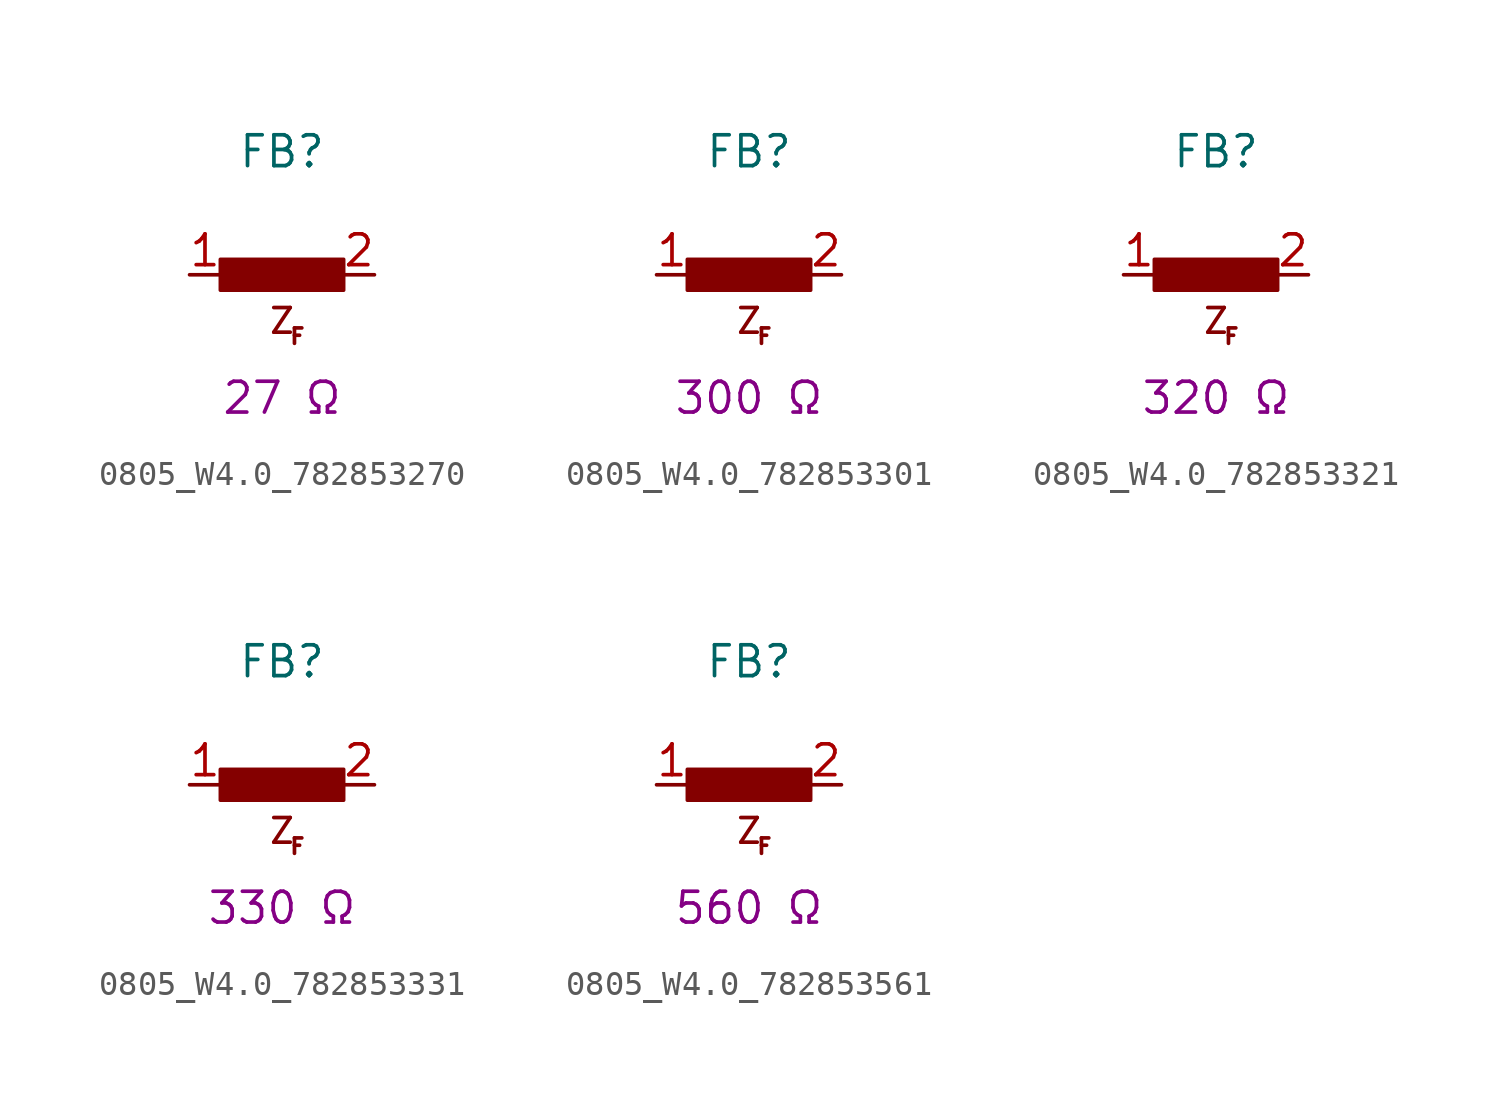
<source format=kicad_sym>
(kicad_symbol_lib
  (version 20220914)
  (generator kicad_symbol_editor)
  (symbol "0805_W4.0_782853270"
    (pin_names hide)
    (property "Reference" "FB"
      (at 0 5.08 0)
      (effects (font (size 1.27 1.27))))
    (property "Critical Parameter" "27 Ω"
      (at 0 -5.08 0)
      (effects (font (size 1.27 1.27))))
    (symbol "0805_W4.0_782853270_0_1"
      (rectangle (start -2.54 0.635) (end 2.54 -0.635) (stroke (width 0) (type default)) (fill (type outline)))
      (text "F" (at 0.635 -2.54 0) (effects (font (size 0.635 0.635))))
      (text "Z" (at 0 -1.905 0) (effects (font (size 1.016 1.016))))
      (pin passive line (at -3.81 0 0) (length 1.27) (name "1" (effects (font (size 1.27 1.27)))) (number "1" (effects (font (size 1.27 1.27)))))
      (pin passive line (at 3.81 0 180) (length 1.27) (name "2" (effects (font (size 1.27 1.27)))) (number "2" (effects (font (size 1.27 1.27)))))))
  (symbol "0805_W4.0_782853301"
    (pin_names hide)
    (property "Reference" "FB"
      (at 0 5.08 0)
      (effects (font (size 1.27 1.27))))
    (property "Critical Parameter" "300 Ω"
      (at 0 -5.08 0)
      (effects (font (size 1.27 1.27))))
    (symbol "0805_W4.0_782853301_0_1"
      (rectangle (start -2.54 0.635) (end 2.54 -0.635) (stroke (width 0) (type default)) (fill (type outline)))
      (text "F" (at 0.635 -2.54 0) (effects (font (size 0.635 0.635))))
      (text "Z" (at 0 -1.905 0) (effects (font (size 1.016 1.016))))
      (pin passive line (at -3.81 0 0) (length 1.27) (name "1" (effects (font (size 1.27 1.27)))) (number "1" (effects (font (size 1.27 1.27)))))
      (pin passive line (at 3.81 0 180) (length 1.27) (name "2" (effects (font (size 1.27 1.27)))) (number "2" (effects (font (size 1.27 1.27)))))))
  (symbol "0805_W4.0_782853321"
    (pin_names hide)
    (property "Reference" "FB"
      (at 0 5.08 0)
      (effects (font (size 1.27 1.27))))
    (property "Critical Parameter" "320 Ω"
      (at 0 -5.08 0)
      (effects (font (size 1.27 1.27))))
    (symbol "0805_W4.0_782853321_0_1"
      (rectangle (start -2.54 0.635) (end 2.54 -0.635) (stroke (width 0) (type default)) (fill (type outline)))
      (text "F" (at 0.635 -2.54 0) (effects (font (size 0.635 0.635))))
      (text "Z" (at 0 -1.905 0) (effects (font (size 1.016 1.016))))
      (pin passive line (at -3.81 0 0) (length 1.27) (name "1" (effects (font (size 1.27 1.27)))) (number "1" (effects (font (size 1.27 1.27)))))
      (pin passive line (at 3.81 0 180) (length 1.27) (name "2" (effects (font (size 1.27 1.27)))) (number "2" (effects (font (size 1.27 1.27)))))))
  (symbol "0805_W4.0_782853331"
    (pin_names hide)
    (property "Reference" "FB"
      (at 0 5.08 0)
      (effects (font (size 1.27 1.27))))
    (property "Critical Parameter" "330 Ω"
      (at 0 -5.08 0)
      (effects (font (size 1.27 1.27))))
    (symbol "0805_W4.0_782853331_0_1"
      (rectangle (start -2.54 0.635) (end 2.54 -0.635) (stroke (width 0) (type default)) (fill (type outline)))
      (text "F" (at 0.635 -2.54 0) (effects (font (size 0.635 0.635))))
      (text "Z" (at 0 -1.905 0) (effects (font (size 1.016 1.016))))
      (pin passive line (at -3.81 0 0) (length 1.27) (name "1" (effects (font (size 1.27 1.27)))) (number "1" (effects (font (size 1.27 1.27)))))
      (pin passive line (at 3.81 0 180) (length 1.27) (name "2" (effects (font (size 1.27 1.27)))) (number "2" (effects (font (size 1.27 1.27)))))))
  (symbol "0805_W4.0_782853561"
    (pin_names hide)
    (property "Reference" "FB"
      (at 0 5.08 0)
      (effects (font (size 1.27 1.27))))
    (property "Critical Parameter" "560 Ω"
      (at 0 -5.08 0)
      (effects (font (size 1.27 1.27))))
    (symbol "0805_W4.0_782853561_0_1"
      (rectangle (start -2.54 0.635) (end 2.54 -0.635) (stroke (width 0) (type default)) (fill (type outline)))
      (text "F" (at 0.635 -2.54 0) (effects (font (size 0.635 0.635))))
      (text "Z" (at 0 -1.905 0) (effects (font (size 1.016 1.016))))
      (pin passive line (at -3.81 0 0) (length 1.27) (name "1" (effects (font (size 1.27 1.27)))) (number "1" (effects (font (size 1.27 1.27)))))
      (pin passive line (at 3.81 0 180) (length 1.27) (name "2" (effects (font (size 1.27 1.27)))) (number "2" (effects (font (size 1.27 1.27))))))))
</source>
